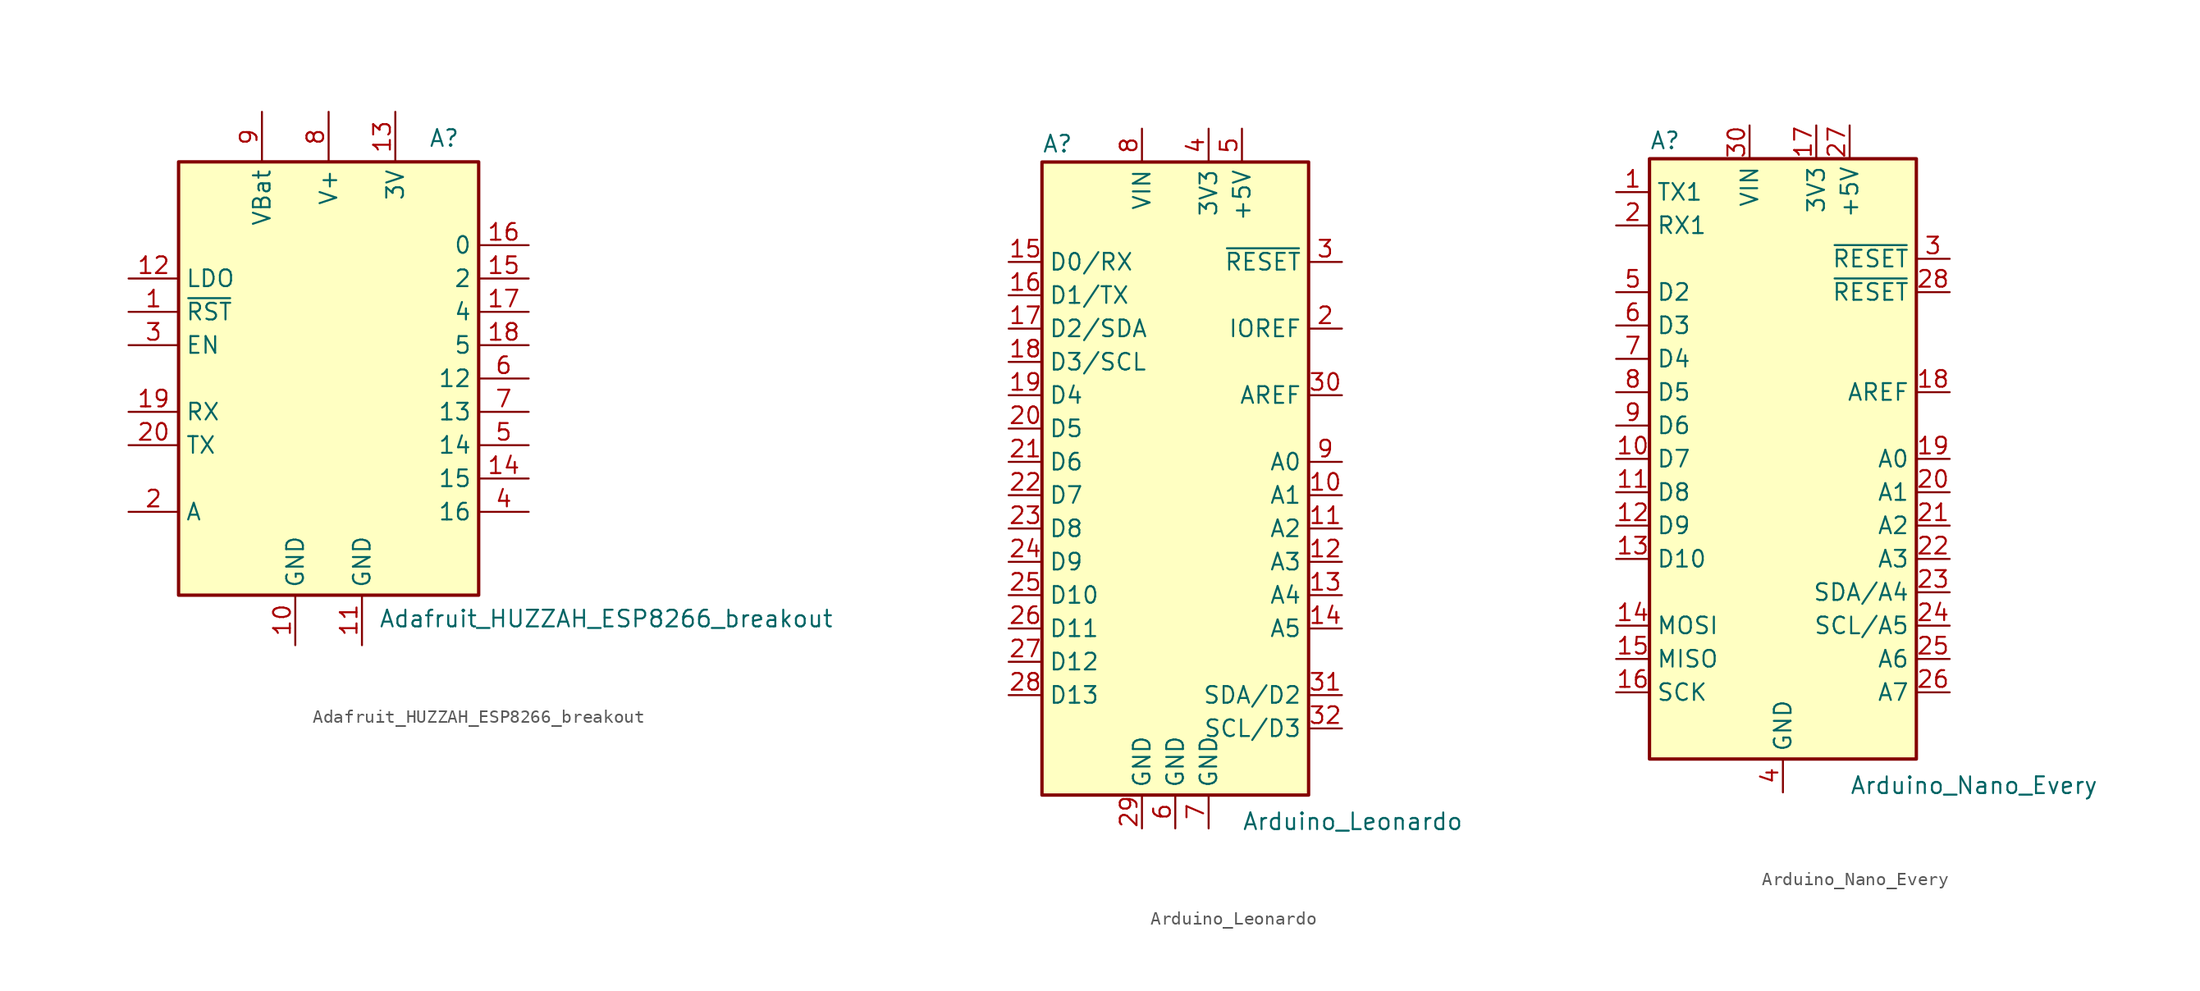
<source format=kicad_sym>
(kicad_symbol_lib
  (version 20201005)
  (generator kicad_symbol_editor)
  (symbol "MCU_Module:Adafruit_HUZZAH_ESP8266_breakout"
    (property "Reference" "A"
      (at 7.62 19.05 0)
      (effects (font (size 1.27 1.27)) (justify left top)))
    (property "Value" "Adafruit_HUZZAH_ESP8266_breakout"
      (at 3.81 -19.05 0)
      (effects (font (size 1.27 1.27)) (justify left bottom)))
    (symbol "Adafruit_HUZZAH_ESP8266_breakout_0_1"
      (rectangle (start -11.43 16.51) (end 11.43 -16.51) (stroke (width 0.254)) (fill (type background))))
    (symbol "Adafruit_HUZZAH_ESP8266_breakout_1_1"
      (pin input line (at -15.24 5.08 0) (length 3.81) (name "~RST" (effects (font (size 1.27 1.27)))) (number "1" (effects (font (size 1.27 1.27)))))
      (pin power_in line (at -2.54 -20.32 90) (length 3.81) (name "GND" (effects (font (size 1.27 1.27)))) (number "10" (effects (font (size 1.27 1.27)))))
      (pin power_in line (at 2.54 -20.32 90) (length 3.81) (name "GND" (effects (font (size 1.27 1.27)))) (number "11" (effects (font (size 1.27 1.27)))))
      (pin input line (at -15.24 7.62 0) (length 3.81) (name "LDO" (effects (font (size 1.27 1.27)))) (number "12" (effects (font (size 1.27 1.27)))))
      (pin power_out line (at 5.08 20.32 270) (length 3.81) (name "3V" (effects (font (size 1.27 1.27)))) (number "13" (effects (font (size 1.27 1.27)))))
      (pin bidirectional line (at 15.24 -7.62 180) (length 3.81) (name "15" (effects (font (size 1.27 1.27)))) (number "14" (effects (font (size 1.27 1.27)))))
      (pin bidirectional line (at 15.24 7.62 180) (length 3.81) (name "2" (effects (font (size 1.27 1.27)))) (number "15" (effects (font (size 1.27 1.27)))))
      (pin bidirectional line (at 15.24 10.16 180) (length 3.81) (name "0" (effects (font (size 1.27 1.27)))) (number "16" (effects (font (size 1.27 1.27)))))
      (pin bidirectional line (at 15.24 5.08 180) (length 3.81) (name "4" (effects (font (size 1.27 1.27)))) (number "17" (effects (font (size 1.27 1.27)))))
      (pin bidirectional line (at 15.24 2.54 180) (length 3.81) (name "5" (effects (font (size 1.27 1.27)))) (number "18" (effects (font (size 1.27 1.27)))))
      (pin input line (at -15.24 -2.54 0) (length 3.81) (name "RX" (effects (font (size 1.27 1.27)))) (number "19" (effects (font (size 1.27 1.27)))))
      (pin input line (at -15.24 -10.16 0) (length 3.81) (name "A" (effects (font (size 1.27 1.27)))) (number "2" (effects (font (size 1.27 1.27)))))
      (pin output line (at -15.24 -5.08 0) (length 3.81) (name "TX" (effects (font (size 1.27 1.27)))) (number "20" (effects (font (size 1.27 1.27)))))
      (pin input line (at -15.24 2.54 0) (length 3.81) (name "EN" (effects (font (size 1.27 1.27)))) (number "3" (effects (font (size 1.27 1.27)))))
      (pin bidirectional line (at 15.24 -10.16 180) (length 3.81) (name "16" (effects (font (size 1.27 1.27)))) (number "4" (effects (font (size 1.27 1.27)))))
      (pin bidirectional line (at 15.24 -5.08 180) (length 3.81) (name "14" (effects (font (size 1.27 1.27)))) (number "5" (effects (font (size 1.27 1.27)))))
      (pin bidirectional line (at 15.24 0 180) (length 3.81) (name "12" (effects (font (size 1.27 1.27)))) (number "6" (effects (font (size 1.27 1.27)))))
      (pin bidirectional line (at 15.24 -2.54 180) (length 3.81) (name "13" (effects (font (size 1.27 1.27)))) (number "7" (effects (font (size 1.27 1.27)))))
      (pin power_in line (at 0 20.32 270) (length 3.81) (name "V+" (effects (font (size 1.27 1.27)))) (number "8" (effects (font (size 1.27 1.27)))))
      (pin power_in line (at -5.08 20.32 270) (length 3.81) (name "VBat" (effects (font (size 1.27 1.27)))) (number "9" (effects (font (size 1.27 1.27)))))))
  (symbol "MCU_Module:Arduino_Leonardo"
    (property "Reference" "A"
      (at -10.16 23.495 0)
      (effects (font (size 1.27 1.27)) (justify left bottom)))
    (property "Value" "Arduino_Leonardo"
      (at 5.08 -26.67 0)
      (effects (font (size 1.27 1.27)) (justify left top)))
    (symbol "Arduino_Leonardo_0_1"
      (rectangle (start -10.16 22.86) (end 10.16 -25.4) (stroke (width 0.254)) (fill (type background))))
    (symbol "Arduino_Leonardo_1_1"
      (pin no_connect line (at -10.16 -20.32 0) (length 2.54) hide (name "NC" (effects (font (size 1.27 1.27)))) (number "1" (effects (font (size 1.27 1.27)))))
      (pin bidirectional line (at 12.7 -2.54 180) (length 2.54) (name "A1" (effects (font (size 1.27 1.27)))) (number "10" (effects (font (size 1.27 1.27)))))
      (pin bidirectional line (at 12.7 -5.08 180) (length 2.54) (name "A2" (effects (font (size 1.27 1.27)))) (number "11" (effects (font (size 1.27 1.27)))))
      (pin bidirectional line (at 12.7 -7.62 180) (length 2.54) (name "A3" (effects (font (size 1.27 1.27)))) (number "12" (effects (font (size 1.27 1.27)))))
      (pin bidirectional line (at 12.7 -10.16 180) (length 2.54) (name "A4" (effects (font (size 1.27 1.27)))) (number "13" (effects (font (size 1.27 1.27)))))
      (pin bidirectional line (at 12.7 -12.7 180) (length 2.54) (name "A5" (effects (font (size 1.27 1.27)))) (number "14" (effects (font (size 1.27 1.27)))))
      (pin bidirectional line (at -12.7 15.24 0) (length 2.54) (name "D0/RX" (effects (font (size 1.27 1.27)))) (number "15" (effects (font (size 1.27 1.27)))))
      (pin bidirectional line (at -12.7 12.7 0) (length 2.54) (name "D1/TX" (effects (font (size 1.27 1.27)))) (number "16" (effects (font (size 1.27 1.27)))))
      (pin bidirectional line (at -12.7 10.16 0) (length 2.54) (name "D2/SDA" (effects (font (size 1.27 1.27)))) (number "17" (effects (font (size 1.27 1.27)))))
      (pin bidirectional line (at -12.7 7.62 0) (length 2.54) (name "D3/SCL" (effects (font (size 1.27 1.27)))) (number "18" (effects (font (size 1.27 1.27)))))
      (pin bidirectional line (at -12.7 5.08 0) (length 2.54) (name "D4" (effects (font (size 1.27 1.27)))) (number "19" (effects (font (size 1.27 1.27)))))
      (pin output line (at 12.7 10.16 180) (length 2.54) (name "IOREF" (effects (font (size 1.27 1.27)))) (number "2" (effects (font (size 1.27 1.27)))))
      (pin bidirectional line (at -12.7 2.54 0) (length 2.54) (name "D5" (effects (font (size 1.27 1.27)))) (number "20" (effects (font (size 1.27 1.27)))))
      (pin bidirectional line (at -12.7 0 0) (length 2.54) (name "D6" (effects (font (size 1.27 1.27)))) (number "21" (effects (font (size 1.27 1.27)))))
      (pin bidirectional line (at -12.7 -2.54 0) (length 2.54) (name "D7" (effects (font (size 1.27 1.27)))) (number "22" (effects (font (size 1.27 1.27)))))
      (pin bidirectional line (at -12.7 -5.08 0) (length 2.54) (name "D8" (effects (font (size 1.27 1.27)))) (number "23" (effects (font (size 1.27 1.27)))))
      (pin bidirectional line (at -12.7 -7.62 0) (length 2.54) (name "D9" (effects (font (size 1.27 1.27)))) (number "24" (effects (font (size 1.27 1.27)))))
      (pin bidirectional line (at -12.7 -10.16 0) (length 2.54) (name "D10" (effects (font (size 1.27 1.27)))) (number "25" (effects (font (size 1.27 1.27)))))
      (pin bidirectional line (at -12.7 -12.7 0) (length 2.54) (name "D11" (effects (font (size 1.27 1.27)))) (number "26" (effects (font (size 1.27 1.27)))))
      (pin bidirectional line (at -12.7 -15.24 0) (length 2.54) (name "D12" (effects (font (size 1.27 1.27)))) (number "27" (effects (font (size 1.27 1.27)))))
      (pin bidirectional line (at -12.7 -17.78 0) (length 2.54) (name "D13" (effects (font (size 1.27 1.27)))) (number "28" (effects (font (size 1.27 1.27)))))
      (pin power_in line (at -2.54 -27.94 90) (length 2.54) (name "GND" (effects (font (size 1.27 1.27)))) (number "29" (effects (font (size 1.27 1.27)))))
      (pin input line (at 12.7 15.24 180) (length 2.54) (name "~RESET" (effects (font (size 1.27 1.27)))) (number "3" (effects (font (size 1.27 1.27)))))
      (pin input line (at 12.7 5.08 180) (length 2.54) (name "AREF" (effects (font (size 1.27 1.27)))) (number "30" (effects (font (size 1.27 1.27)))))
      (pin bidirectional line (at 12.7 -17.78 180) (length 2.54) (name "SDA/D2" (effects (font (size 1.27 1.27)))) (number "31" (effects (font (size 1.27 1.27)))))
      (pin bidirectional line (at 12.7 -20.32 180) (length 2.54) (name "SCL/D3" (effects (font (size 1.27 1.27)))) (number "32" (effects (font (size 1.27 1.27)))))
      (pin power_out line (at 2.54 25.4 270) (length 2.54) (name "3V3" (effects (font (size 1.27 1.27)))) (number "4" (effects (font (size 1.27 1.27)))))
      (pin power_out line (at 5.08 25.4 270) (length 2.54) (name "+5V" (effects (font (size 1.27 1.27)))) (number "5" (effects (font (size 1.27 1.27)))))
      (pin power_in line (at 0 -27.94 90) (length 2.54) (name "GND" (effects (font (size 1.27 1.27)))) (number "6" (effects (font (size 1.27 1.27)))))
      (pin power_in line (at 2.54 -27.94 90) (length 2.54) (name "GND" (effects (font (size 1.27 1.27)))) (number "7" (effects (font (size 1.27 1.27)))))
      (pin power_in line (at -2.54 25.4 270) (length 2.54) (name "VIN" (effects (font (size 1.27 1.27)))) (number "8" (effects (font (size 1.27 1.27)))))
      (pin bidirectional line (at 12.7 0 180) (length 2.54) (name "A0" (effects (font (size 1.27 1.27)))) (number "9" (effects (font (size 1.27 1.27)))))))
  (symbol "MCU_Module:Arduino_Nano_Every"
    (property "Reference" "A"
      (at -10.16 23.495 0)
      (effects (font (size 1.27 1.27)) (justify left bottom)))
    (property "Value" "Arduino_Nano_Every"
      (at 5.08 -24.13 0)
      (effects (font (size 1.27 1.27)) (justify left top)))
    (symbol "Arduino_Nano_Every_0_1"
      (rectangle (start -10.16 22.86) (end 10.16 -22.86) (stroke (width 0.254)) (fill (type background))))
    (symbol "Arduino_Nano_Every_1_1"
      (pin bidirectional line (at -12.7 20.32 0) (length 2.54) (name "TX1" (effects (font (size 1.27 1.27)))) (number "1" (effects (font (size 1.27 1.27)))))
      (pin bidirectional line (at -12.7 0 0) (length 2.54) (name "D7" (effects (font (size 1.27 1.27)))) (number "10" (effects (font (size 1.27 1.27)))))
      (pin bidirectional line (at -12.7 -2.54 0) (length 2.54) (name "D8" (effects (font (size 1.27 1.27)))) (number "11" (effects (font (size 1.27 1.27)))))
      (pin bidirectional line (at -12.7 -5.08 0) (length 2.54) (name "D9" (effects (font (size 1.27 1.27)))) (number "12" (effects (font (size 1.27 1.27)))))
      (pin bidirectional line (at -12.7 -7.62 0) (length 2.54) (name "D10" (effects (font (size 1.27 1.27)))) (number "13" (effects (font (size 1.27 1.27)))))
      (pin bidirectional line (at -12.7 -12.7 0) (length 2.54) (name "MOSI" (effects (font (size 1.27 1.27)))) (number "14" (effects (font (size 1.27 1.27)))))
      (pin bidirectional line (at -12.7 -15.24 0) (length 2.54) (name "MISO" (effects (font (size 1.27 1.27)))) (number "15" (effects (font (size 1.27 1.27)))))
      (pin bidirectional line (at -12.7 -17.78 0) (length 2.54) (name "SCK" (effects (font (size 1.27 1.27)))) (number "16" (effects (font (size 1.27 1.27)))))
      (pin power_out line (at 2.54 25.4 270) (length 2.54) (name "3V3" (effects (font (size 1.27 1.27)))) (number "17" (effects (font (size 1.27 1.27)))))
      (pin input line (at 12.7 5.08 180) (length 2.54) (name "AREF" (effects (font (size 1.27 1.27)))) (number "18" (effects (font (size 1.27 1.27)))))
      (pin bidirectional line (at 12.7 0 180) (length 2.54) (name "A0" (effects (font (size 1.27 1.27)))) (number "19" (effects (font (size 1.27 1.27)))))
      (pin bidirectional line (at -12.7 17.78 0) (length 2.54) (name "RX1" (effects (font (size 1.27 1.27)))) (number "2" (effects (font (size 1.27 1.27)))))
      (pin bidirectional line (at 12.7 -2.54 180) (length 2.54) (name "A1" (effects (font (size 1.27 1.27)))) (number "20" (effects (font (size 1.27 1.27)))))
      (pin bidirectional line (at 12.7 -5.08 180) (length 2.54) (name "A2" (effects (font (size 1.27 1.27)))) (number "21" (effects (font (size 1.27 1.27)))))
      (pin bidirectional line (at 12.7 -7.62 180) (length 2.54) (name "A3" (effects (font (size 1.27 1.27)))) (number "22" (effects (font (size 1.27 1.27)))))
      (pin bidirectional line (at 12.7 -10.16 180) (length 2.54) (name "SDA/A4" (effects (font (size 1.27 1.27)))) (number "23" (effects (font (size 1.27 1.27)))))
      (pin bidirectional line (at 12.7 -12.7 180) (length 2.54) (name "SCL/A5" (effects (font (size 1.27 1.27)))) (number "24" (effects (font (size 1.27 1.27)))))
      (pin bidirectional line (at 12.7 -15.24 180) (length 2.54) (name "A6" (effects (font (size 1.27 1.27)))) (number "25" (effects (font (size 1.27 1.27)))))
      (pin bidirectional line (at 12.7 -17.78 180) (length 2.54) (name "A7" (effects (font (size 1.27 1.27)))) (number "26" (effects (font (size 1.27 1.27)))))
      (pin power_out line (at 5.08 25.4 270) (length 2.54) (name "+5V" (effects (font (size 1.27 1.27)))) (number "27" (effects (font (size 1.27 1.27)))))
      (pin input line (at 12.7 12.7 180) (length 2.54) (name "~RESET" (effects (font (size 1.27 1.27)))) (number "28" (effects (font (size 1.27 1.27)))))
      (pin passive line (at 0 -25.4 90) (length 2.54) hide (name "GND" (effects (font (size 1.27 1.27)))) (number "29" (effects (font (size 1.27 1.27)))))
      (pin input line (at 12.7 15.24 180) (length 2.54) (name "~RESET" (effects (font (size 1.27 1.27)))) (number "3" (effects (font (size 1.27 1.27)))))
      (pin power_in line (at -2.54 25.4 270) (length 2.54) (name "VIN" (effects (font (size 1.27 1.27)))) (number "30" (effects (font (size 1.27 1.27)))))
      (pin power_in line (at 0 -25.4 90) (length 2.54) (name "GND" (effects (font (size 1.27 1.27)))) (number "4" (effects (font (size 1.27 1.27)))))
      (pin bidirectional line (at -12.7 12.7 0) (length 2.54) (name "D2" (effects (font (size 1.27 1.27)))) (number "5" (effects (font (size 1.27 1.27)))))
      (pin bidirectional line (at -12.7 10.16 0) (length 2.54) (name "D3" (effects (font (size 1.27 1.27)))) (number "6" (effects (font (size 1.27 1.27)))))
      (pin bidirectional line (at -12.7 7.62 0) (length 2.54) (name "D4" (effects (font (size 1.27 1.27)))) (number "7" (effects (font (size 1.27 1.27)))))
      (pin bidirectional line (at -12.7 5.08 0) (length 2.54) (name "D5" (effects (font (size 1.27 1.27)))) (number "8" (effects (font (size 1.27 1.27)))))
      (pin bidirectional line (at -12.7 2.54 0) (length 2.54) (name "D6" (effects (font (size 1.27 1.27)))) (number "9" (effects (font (size 1.27 1.27))))))))
</source>
